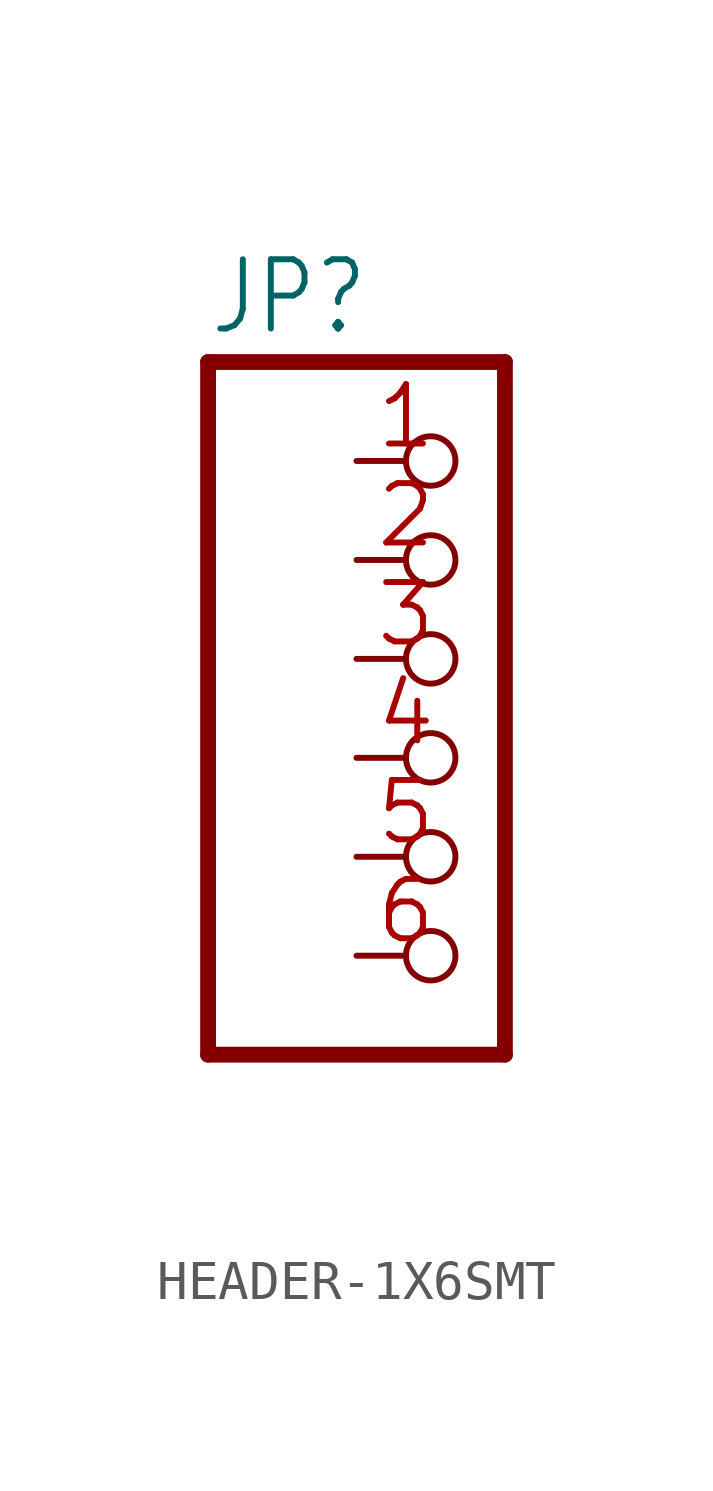
<source format=kicad_sym>
(kicad_symbol_lib
  (version 20241209)
  (generator "kicad_symbol_editor")
  (generator_version "9.0")
  (symbol "HEADER-1X6SMT"
    (property "Reference" "JP"
      (at -6.35 10.795 0)
      (effects (font (size 1.778 1.511)) (justify left bottom)))
    (property "Value" ""
      (at -6.35 -10.16 0)
      (effects (font (size 1.778 1.511)) (justify left bottom)))
    (property "ki_locked" ""
      (at 0 0 0)
      (effects (font (size 1.27 1.27))))
    (symbol "HEADER-1X6SMT_1_0"
      (polyline (pts (xy -6.35 10.16) (xy -6.35 -7.62)) (stroke (width 0.406) (type solid)) (fill (type none)))
      (polyline (pts (xy -6.35 -7.62) (xy 1.27 -7.62)) (stroke (width 0.406) (type solid)) (fill (type none)))
      (polyline (pts (xy 1.27 10.16) (xy -6.35 10.16)) (stroke (width 0.406) (type solid)) (fill (type none)))
      (polyline (pts (xy 1.27 -7.62) (xy 1.27 10.16)) (stroke (width 0.406) (type solid)) (fill (type none)))
      (pin passive inverted (at -2.54 7.62 0) (length 2.54) (name "1" (effects (font (size 0 0)))) (number "1" (effects (font (size 1.524 1.524)))))
      (pin passive inverted (at -2.54 5.08 0) (length 2.54) (name "2" (effects (font (size 0 0)))) (number "2" (effects (font (size 1.524 1.524)))))
      (pin passive inverted (at -2.54 2.54 0) (length 2.54) (name "3" (effects (font (size 0 0)))) (number "3" (effects (font (size 1.524 1.524)))))
      (pin passive inverted (at -2.54 0 0) (length 2.54) (name "4" (effects (font (size 0 0)))) (number "4" (effects (font (size 1.524 1.524)))))
      (pin passive inverted (at -2.54 -2.54 0) (length 2.54) (name "5" (effects (font (size 0 0)))) (number "5" (effects (font (size 1.524 1.524)))))
      (pin passive inverted (at -2.54 -5.08 0) (length 2.54) (name "6" (effects (font (size 0 0)))) (number "6" (effects (font (size 1.524 1.524))))))))
</source>
